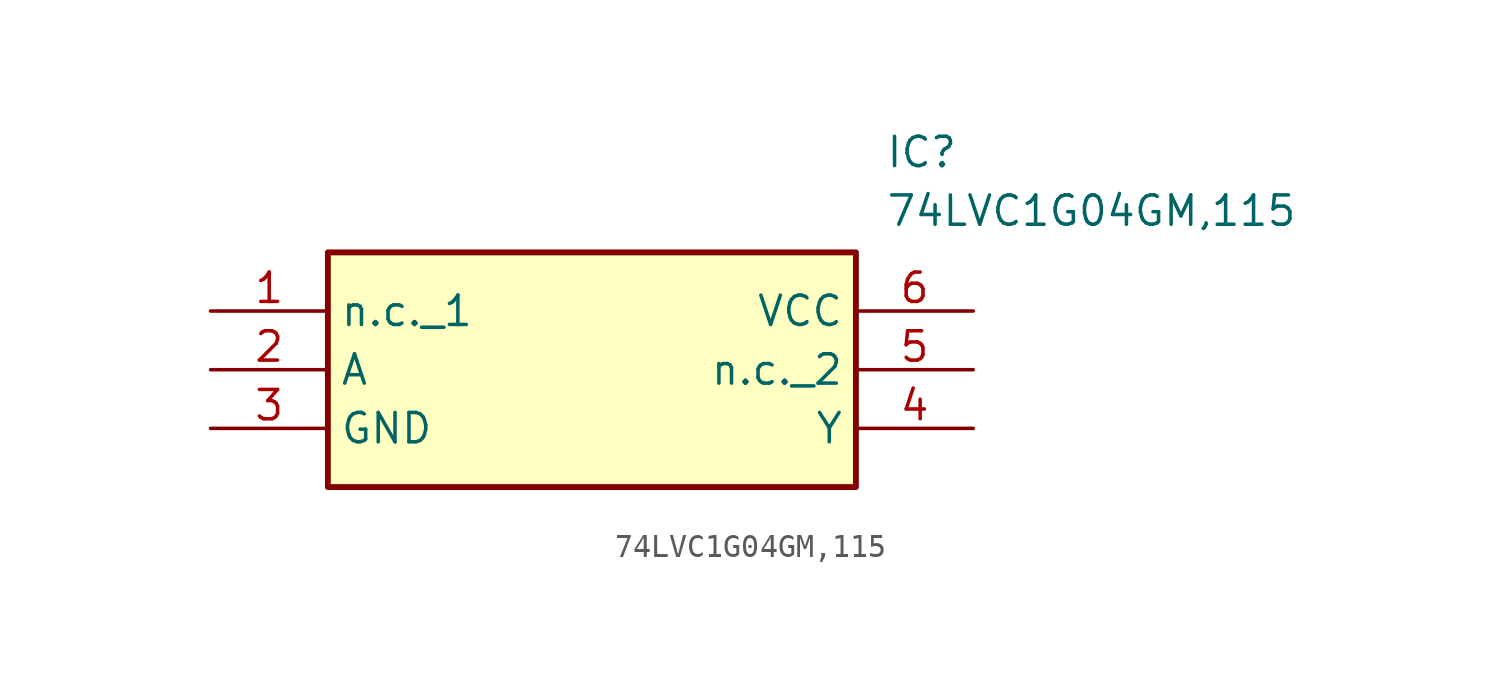
<source format=kicad_sym>
(kicad_symbol_lib
  (version 20211014)
  (generator SamacSys_ECAD_Model)
  (symbol "74LVC1G04GM,115"
    (property "Reference" "IC"
      (at 29.21 7.62 0)
      (effects (font (size 1.27 1.27)) (justify left top)))
    (property "Value" "74LVC1G04GM,115"
      (at 29.21 5.08 0)
      (effects (font (size 1.27 1.27)) (justify left top)))
    (rectangle
      (start 5.08 2.54)
      (end 27.94 -7.62)
      (stroke (width 0.254) (type default))
      (fill (type background)))
    (pin passive line
      (at 0 0 0)
      (length 5.08)
      (name "n.c._1" (effects (font (size 1.27 1.27))))
      (number "1" (effects (font (size 1.27 1.27)))))
    (pin passive line
      (at 0 -2.54 0)
      (length 5.08)
      (name "A" (effects (font (size 1.27 1.27))))
      (number "2" (effects (font (size 1.27 1.27)))))
    (pin passive line
      (at 0 -5.08 0)
      (length 5.08)
      (name "GND" (effects (font (size 1.27 1.27))))
      (number "3" (effects (font (size 1.27 1.27)))))
    (pin passive line
      (at 33.02 -5.08 180)
      (length 5.08)
      (name "Y" (effects (font (size 1.27 1.27))))
      (number "4" (effects (font (size 1.27 1.27)))))
    (pin passive line
      (at 33.02 -2.54 180)
      (length 5.08)
      (name "n.c._2" (effects (font (size 1.27 1.27))))
      (number "5" (effects (font (size 1.27 1.27)))))
    (pin passive line
      (at 33.02 0 180)
      (length 5.08)
      (name "VCC" (effects (font (size 1.27 1.27))))
      (number "6" (effects (font (size 1.27 1.27)))))))
</source>
